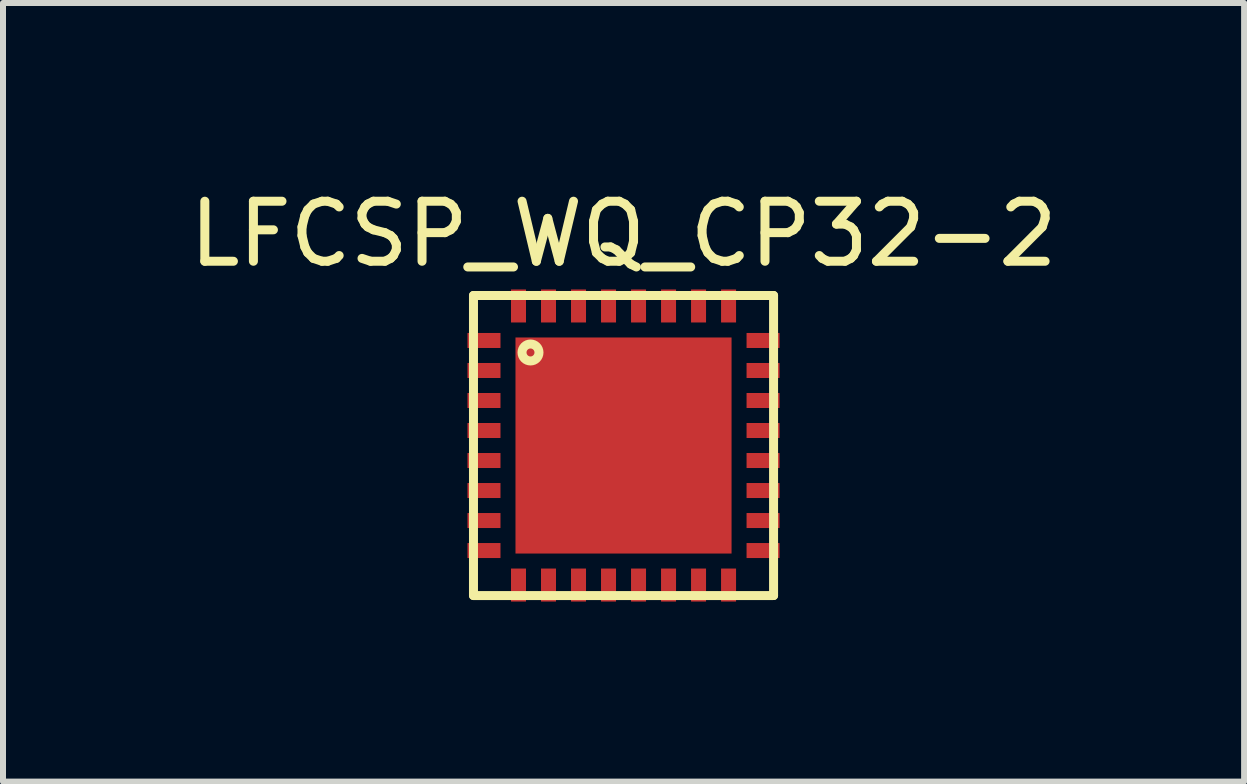
<source format=kicad_pcb>
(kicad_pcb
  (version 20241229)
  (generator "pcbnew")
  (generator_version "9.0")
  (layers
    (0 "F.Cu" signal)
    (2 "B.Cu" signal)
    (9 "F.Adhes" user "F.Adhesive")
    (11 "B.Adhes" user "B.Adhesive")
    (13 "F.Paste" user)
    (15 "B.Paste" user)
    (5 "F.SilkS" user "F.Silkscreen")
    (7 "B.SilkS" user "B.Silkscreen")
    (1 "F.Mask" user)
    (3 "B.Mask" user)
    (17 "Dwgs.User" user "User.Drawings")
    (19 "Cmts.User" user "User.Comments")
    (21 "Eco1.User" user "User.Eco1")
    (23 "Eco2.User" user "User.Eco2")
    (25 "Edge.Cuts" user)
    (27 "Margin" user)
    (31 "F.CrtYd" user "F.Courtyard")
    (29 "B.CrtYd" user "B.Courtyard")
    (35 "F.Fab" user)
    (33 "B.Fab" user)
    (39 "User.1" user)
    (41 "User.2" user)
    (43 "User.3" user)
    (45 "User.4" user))
  (footprint "LFCSP_WQ_CP32-2"
    (layer "F.Cu")
    (at 7.339 4.373)
    (property "Reference" "LFCSP_WQ_CP32-2" (at 0 -3.525 0) (layer "F.SilkS") (effects (font (size 1 1) (thickness 0.15))))
    (attr through_hole)
    (fp_line (start -2.5 -2.5) (end 2.5 -2.5) (stroke (width 0.15) (type solid)) (layer "F.SilkS"))
    (fp_line (start -2.5 2.5) (end -2.5 -2.5) (stroke (width 0.15) (type solid)) (layer "F.SilkS"))
    (fp_line (start 2.5 -2.5) (end 2.5 2.5) (stroke (width 0.15) (type solid)) (layer "F.SilkS"))
    (fp_line (start 2.5 2.5) (end -2.5 2.5) (stroke (width 0.15) (type solid)) (layer "F.SilkS"))
    (fp_circle (center -1.55 -1.55) (end -1.45 -1.45) (stroke (width 0.15) (type solid)) (fill no) (layer "F.SilkS"))
    (pad "1" smd rect (at -2.325 -1.75) (size 0.55 0.25) (layers "F.Cu" "F.Mask" "F.Paste"))
    (pad "2" smd rect (at -2.325 -1.25) (size 0.55 0.25) (layers "F.Cu" "F.Mask" "F.Paste"))
    (pad "3" smd rect (at -2.325 -0.75) (size 0.55 0.25) (layers "F.Cu" "F.Mask" "F.Paste"))
    (pad "4" smd rect (at -2.325 -0.25) (size 0.55 0.25) (layers "F.Cu" "F.Mask" "F.Paste"))
    (pad "5" smd rect (at -2.325 0.25) (size 0.55 0.25) (layers "F.Cu" "F.Mask" "F.Paste"))
    (pad "6" smd rect (at -2.325 0.75) (size 0.55 0.25) (layers "F.Cu" "F.Mask" "F.Paste"))
    (pad "7" smd rect (at -2.325 1.25) (size 0.55 0.25) (layers "F.Cu" "F.Mask" "F.Paste"))
    (pad "8" smd rect (at -2.325 1.75) (size 0.55 0.25) (layers "F.Cu" "F.Mask" "F.Paste"))
    (pad "9" smd rect (at -1.75 2.325) (size 0.25 0.55) (layers "F.Cu" "F.Mask" "F.Paste"))
    (pad "10" smd rect (at -1.25 2.325) (size 0.25 0.55) (layers "F.Cu" "F.Mask" "F.Paste"))
    (pad "11" smd rect (at -0.75 2.325) (size 0.25 0.55) (layers "F.Cu" "F.Mask" "F.Paste"))
    (pad "12" smd rect (at -0.25 2.325) (size 0.25 0.55) (layers "F.Cu" "F.Mask" "F.Paste"))
    (pad "13" smd rect (at 0.25 2.325) (size 0.25 0.55) (layers "F.Cu" "F.Mask" "F.Paste"))
    (pad "14" smd rect (at 0.75 2.325) (size 0.25 0.55) (layers "F.Cu" "F.Mask" "F.Paste"))
    (pad "15" smd rect (at 1.25 2.325) (size 0.25 0.55) (layers "F.Cu" "F.Mask" "F.Paste"))
    (pad "16" smd rect (at 1.75 2.325) (size 0.25 0.55) (layers "F.Cu" "F.Mask" "F.Paste"))
    (pad "17" smd rect (at 2.325 1.75) (size 0.55 0.25) (layers "F.Cu" "F.Mask" "F.Paste"))
    (pad "18" smd rect (at 2.325 1.25) (size 0.55 0.25) (layers "F.Cu" "F.Mask" "F.Paste"))
    (pad "19" smd rect (at 2.325 0.75) (size 0.55 0.25) (layers "F.Cu" "F.Mask" "F.Paste"))
    (pad "20" smd rect (at 2.325 0.25) (size 0.55 0.25) (layers "F.Cu" "F.Mask" "F.Paste"))
    (pad "21" smd rect (at 2.325 -0.25) (size 0.55 0.25) (layers "F.Cu" "F.Mask" "F.Paste"))
    (pad "22" smd rect (at 2.325 -0.75) (size 0.55 0.25) (layers "F.Cu" "F.Mask" "F.Paste"))
    (pad "23" smd rect (at 2.325 -1.25) (size 0.55 0.25) (layers "F.Cu" "F.Mask" "F.Paste"))
    (pad "24" smd rect (at 2.325 -1.75) (size 0.55 0.25) (layers "F.Cu" "F.Mask" "F.Paste"))
    (pad "25" smd rect (at 1.75 -2.325) (size 0.25 0.55) (layers "F.Cu" "F.Mask" "F.Paste"))
    (pad "26" smd rect (at 1.25 -2.325) (size 0.25 0.55) (layers "F.Cu" "F.Mask" "F.Paste"))
    (pad "27" smd rect (at 0.75 -2.325) (size 0.25 0.55) (layers "F.Cu" "F.Mask" "F.Paste"))
    (pad "28" smd rect (at 0.25 -2.325) (size 0.25 0.55) (layers "F.Cu" "F.Mask" "F.Paste"))
    (pad "29" smd rect (at -0.25 -2.325) (size 0.25 0.55) (layers "F.Cu" "F.Mask" "F.Paste"))
    (pad "30" smd rect (at -0.75 -2.325) (size 0.25 0.55) (layers "F.Cu" "F.Mask" "F.Paste"))
    (pad "31" smd rect (at -1.25 -2.325) (size 0.25 0.55) (layers "F.Cu" "F.Mask" "F.Paste"))
    (pad "32" smd rect (at -1.75 -2.325) (size 0.25 0.55) (layers "F.Cu" "F.Mask" "F.Paste"))
    (pad "33" smd rect (at 0 0) (size 3.6 3.6) (layers "F.Cu" "F.Mask" "F.Paste")))
  (gr_rect
    (start -3 -3)
    (end 17.679 9.973)
    (stroke (width 0.1) (type default))
    (fill no)
    (layer "Edge.Cuts")))
</source>
